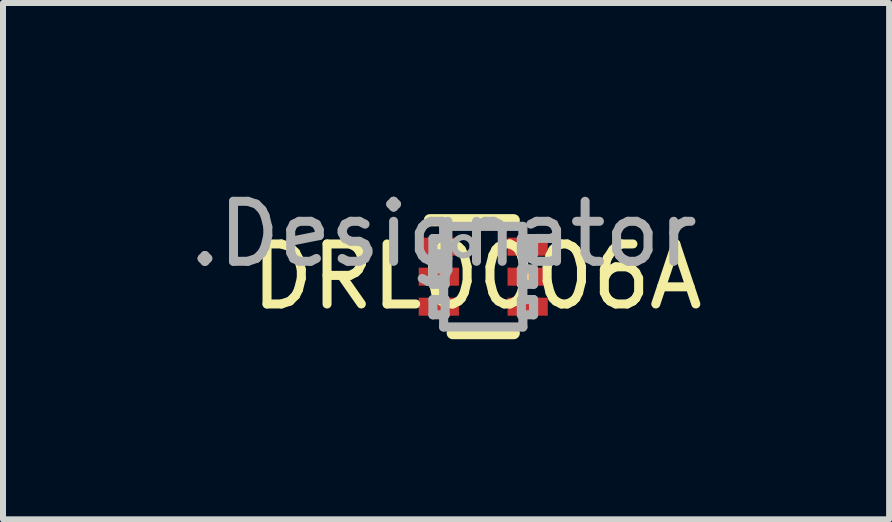
<source format=kicad_pcb>
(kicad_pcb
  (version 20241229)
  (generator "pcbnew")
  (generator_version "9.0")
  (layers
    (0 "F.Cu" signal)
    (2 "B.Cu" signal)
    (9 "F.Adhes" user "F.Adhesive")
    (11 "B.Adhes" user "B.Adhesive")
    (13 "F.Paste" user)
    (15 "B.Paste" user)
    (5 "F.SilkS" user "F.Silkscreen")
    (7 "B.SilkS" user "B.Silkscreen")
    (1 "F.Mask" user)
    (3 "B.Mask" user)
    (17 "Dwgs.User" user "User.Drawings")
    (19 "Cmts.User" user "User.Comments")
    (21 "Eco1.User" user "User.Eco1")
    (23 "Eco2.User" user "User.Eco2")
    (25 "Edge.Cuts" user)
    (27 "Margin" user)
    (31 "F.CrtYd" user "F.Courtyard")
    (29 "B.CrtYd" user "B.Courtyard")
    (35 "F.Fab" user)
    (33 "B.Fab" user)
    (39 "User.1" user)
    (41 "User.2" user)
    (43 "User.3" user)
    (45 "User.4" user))
  (footprint "DRL0006A"
    (layer "F.Cu")
    (at 5 1.559)
    (property "Reference" "DRL0006A" (at -0.102 0 0) (layer "F.SilkS") (effects (font (size 1 1) (thickness 0.15))))
    (attr smd)
    (fp_line (start -0.889 -0.94) (end 0.508 -0.94) (stroke (width 0.203) (type solid)) (layer "F.SilkS"))
    (fp_line (start -0.508 0.94) (end 0.508 0.94) (stroke (width 0.203) (type solid)) (layer "F.SilkS"))
    (fp_line (start -0.838 -0.635) (end -0.635 -0.635) (stroke (width 0.152) (type solid)) (layer "F.Fab"))
    (fp_line (start -0.838 -0.381) (end -0.838 -0.635) (stroke (width 0.152) (type solid)) (layer "F.Fab"))
    (fp_line (start -0.838 -0.381) (end -0.635 -0.381) (stroke (width 0.152) (type solid)) (layer "F.Fab"))
    (fp_line (start -0.838 -0.127) (end -0.66 -0.127) (stroke (width 0.152) (type solid)) (layer "F.Fab"))
    (fp_line (start -0.838 0.127) (end -0.838 -0.127) (stroke (width 0.152) (type solid)) (layer "F.Fab"))
    (fp_line (start -0.838 0.127) (end -0.635 0.127) (stroke (width 0.152) (type solid)) (layer "F.Fab"))
    (fp_line (start -0.838 0.381) (end -0.635 0.381) (stroke (width 0.152) (type solid)) (layer "F.Fab"))
    (fp_line (start -0.838 0.635) (end -0.838 0.381) (stroke (width 0.152) (type solid)) (layer "F.Fab"))
    (fp_line (start -0.838 0.635) (end -0.635 0.635) (stroke (width 0.152) (type solid)) (layer "F.Fab"))
    (fp_line (start -0.66 -0.838) (end 0.66 -0.838) (stroke (width 0.152) (type solid)) (layer "F.Fab"))
    (fp_line (start -0.66 -0.635) (end -0.66 -0.838) (stroke (width 0.152) (type solid)) (layer "F.Fab"))
    (fp_line (start -0.66 -0.127) (end -0.66 -0.381) (stroke (width 0.152) (type solid)) (layer "F.Fab"))
    (fp_line (start -0.66 -0.127) (end -0.635 -0.127) (stroke (width 0.152) (type solid)) (layer "F.Fab"))
    (fp_line (start -0.66 0.381) (end -0.66 0.127) (stroke (width 0.152) (type solid)) (layer "F.Fab"))
    (fp_line (start -0.66 0.838) (end -0.66 0.635) (stroke (width 0.152) (type solid)) (layer "F.Fab"))
    (fp_line (start -0.66 0.838) (end 0.66 0.838) (stroke (width 0.152) (type solid)) (layer "F.Fab"))
    (fp_line (start -0.635 -0.381) (end -0.635 -0.635) (stroke (width 0.152) (type solid)) (layer "F.Fab"))
    (fp_line (start -0.635 0.127) (end -0.635 -0.127) (stroke (width 0.152) (type solid)) (layer "F.Fab"))
    (fp_line (start -0.635 0.635) (end -0.635 0.381) (stroke (width 0.152) (type solid)) (layer "F.Fab"))
    (fp_line (start 0.635 -0.635) (end 0.66 -0.635) (stroke (width 0.152) (type solid)) (layer "F.Fab"))
    (fp_line (start 0.635 -0.381) (end 0.635 -0.635) (stroke (width 0.152) (type solid)) (layer "F.Fab"))
    (fp_line (start 0.635 -0.381) (end 0.838 -0.381) (stroke (width 0.152) (type solid)) (layer "F.Fab"))
    (fp_line (start 0.635 -0.127) (end 0.838 -0.127) (stroke (width 0.152) (type solid)) (layer "F.Fab"))
    (fp_line (start 0.635 0.127) (end 0.635 -0.127) (stroke (width 0.152) (type solid)) (layer "F.Fab"))
    (fp_line (start 0.635 0.127) (end 0.838 0.127) (stroke (width 0.152) (type solid)) (layer "F.Fab"))
    (fp_line (start 0.635 0.381) (end 0.66 0.381) (stroke (width 0.152) (type solid)) (layer "F.Fab"))
    (fp_line (start 0.635 0.635) (end 0.635 0.381) (stroke (width 0.152) (type solid)) (layer "F.Fab"))
    (fp_line (start 0.635 0.635) (end 0.66 0.635) (stroke (width 0.152) (type solid)) (layer "F.Fab"))
    (fp_line (start 0.66 -0.635) (end 0.66 -0.838) (stroke (width 0.152) (type solid)) (layer "F.Fab"))
    (fp_line (start 0.66 -0.635) (end 0.838 -0.635) (stroke (width 0.152) (type solid)) (layer "F.Fab"))
    (fp_line (start 0.66 0.381) (end 0.66 -0.381) (stroke (width 0.152) (type solid)) (layer "F.Fab"))
    (fp_line (start 0.66 0.381) (end 0.838 0.381) (stroke (width 0.152) (type solid)) (layer "F.Fab"))
    (fp_line (start 0.66 0.635) (end 0.838 0.635) (stroke (width 0.152) (type solid)) (layer "F.Fab"))
    (fp_line (start 0.66 0.838) (end 0.66 0.635) (stroke (width 0.152) (type solid)) (layer "F.Fab"))
    (fp_line (start 0.838 -0.381) (end 0.838 -0.635) (stroke (width 0.152) (type solid)) (layer "F.Fab"))
    (fp_line (start 0.838 0.127) (end 0.838 -0.127) (stroke (width 0.152) (type solid)) (layer "F.Fab"))
    (fp_line (start 0.838 0.635) (end 0.838 0.381) (stroke (width 0.152) (type solid)) (layer "F.Fab"))
    (fp_arc (start -0.4826 -0.508) (mid -0.3302 -0.6604) (end -0.1778 -0.508) (stroke (width 0.1016) (type solid)) (layer "F.Fab"))
    (fp_arc (start -0.1778 -0.508) (mid -0.3302 -0.3556) (end -0.4826 -0.508) (stroke (width 0.1016) (type solid)) (layer "F.Fab"))
    (fp_text user ".Designator" (at -0.66 -0.711 0) (layer "F.Fab") (effects (font (size 1 1) (thickness 0.15))))
    (pad "1" smd rect (at -0.74 -0.5) (size 0.67 0.3) (layers "F.Cu" "F.Mask" "F.Paste"))
    (pad "2" smd rect (at -0.74 -0.000003) (size 0.67 0.3) (layers "F.Cu" "F.Mask" "F.Paste"))
    (pad "3" smd rect (at -0.74 0.5) (size 0.67 0.3) (layers "F.Cu" "F.Mask" "F.Paste"))
    (pad "4" smd rect (at 0.74 0.5) (size 0.67 0.3) (layers "F.Cu" "F.Mask" "F.Paste"))
    (pad "5" smd rect (at 0.74 -0.000003) (size 0.67 0.3) (layers "F.Cu" "F.Mask" "F.Paste"))
    (pad "6" smd rect (at 0.74 -0.5) (size 0.67 0.3) (layers "F.Cu" "F.Mask" "F.Paste")))
  (gr_rect
    (start -3 -3)
    (end 11.761 5.601)
    (stroke (width 0.1) (type default))
    (fill no)
    (layer "Edge.Cuts")))
</source>
